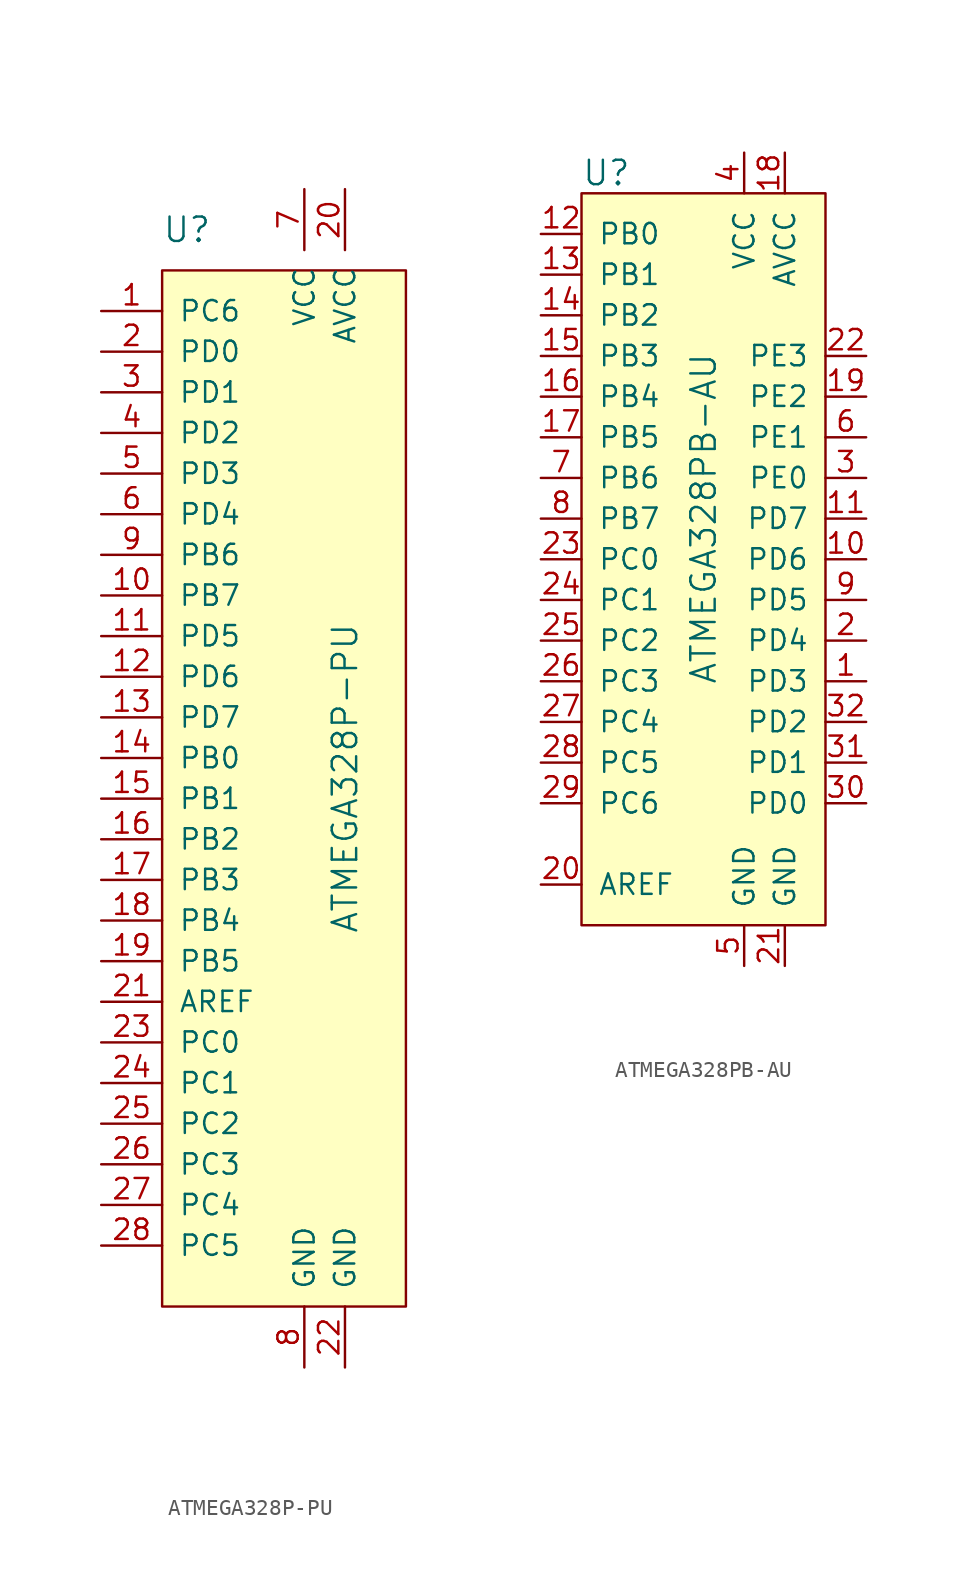
<source format=kicad_sym>
(kicad_symbol_lib
  (version 20201005)
  (generator kicad_symbol_editor)
  (symbol "ATMEGA328P-PU"
    (pin_names
      (offset 1.016))
    (property "Reference" "U"
      (at -8.89 33.02 0)
      (effects (font (size 1.524 1.524)) (justify left)))
    (property "Value" "ATMEGA328P-PU"
      (at 2.54 -1.27 90)
      (effects (font (size 1.524 1.524))))
    (symbol "ATMEGA328P-PU_0_1"
      (rectangle (start -8.89 30.48) (end 6.35 -34.29) (stroke (width 0)) (fill (type background))))
    (symbol "ATMEGA328P-PU_1_1"
      (pin bidirectional line (at -12.7 27.94 0) (length 3.81) (name "PC6" (effects (font (size 1.27 1.27)))) (number "1" (effects (font (size 1.27 1.27)))))
      (pin bidirectional line (at -12.7 25.4 0) (length 3.81) (name "PD0" (effects (font (size 1.27 1.27)))) (number "2" (effects (font (size 1.27 1.27)))))
      (pin bidirectional line (at -12.7 22.86 0) (length 3.81) (name "PD1" (effects (font (size 1.27 1.27)))) (number "3" (effects (font (size 1.27 1.27)))))
      (pin bidirectional line (at -12.7 20.32 0) (length 3.81) (name "PD2" (effects (font (size 1.27 1.27)))) (number "4" (effects (font (size 1.27 1.27)))))
      (pin bidirectional line (at -12.7 17.78 0) (length 3.81) (name "PD3" (effects (font (size 1.27 1.27)))) (number "5" (effects (font (size 1.27 1.27)))))
      (pin bidirectional line (at -12.7 15.24 0) (length 3.81) (name "PD4" (effects (font (size 1.27 1.27)))) (number "6" (effects (font (size 1.27 1.27)))))
      (pin power_in line (at 0 35.56 270) (length 3.81) (name "VCC" (effects (font (size 1.27 1.27)))) (number "7" (effects (font (size 1.27 1.27)))))
      (pin power_in line (at 0 -38.1 90) (length 3.81) (name "GND" (effects (font (size 1.27 1.27)))) (number "8" (effects (font (size 1.27 1.27)))))
      (pin bidirectional line (at -12.7 12.7 0) (length 3.81) (name "PB6" (effects (font (size 1.27 1.27)))) (number "9" (effects (font (size 1.27 1.27)))))
      (pin bidirectional line (at -12.7 10.16 0) (length 3.81) (name "PB7" (effects (font (size 1.27 1.27)))) (number "10" (effects (font (size 1.27 1.27)))))
      (pin power_in line (at 2.54 35.56 270) (length 3.81) (name "AVCC" (effects (font (size 1.27 1.27)))) (number "20" (effects (font (size 1.27 1.27)))))
      (pin bidirectional line (at -12.7 7.62 0) (length 3.81) (name "PD5" (effects (font (size 1.27 1.27)))) (number "11" (effects (font (size 1.27 1.27)))))
      (pin input line (at -12.7 -15.24 0) (length 3.81) (name "AREF" (effects (font (size 1.27 1.27)))) (number "21" (effects (font (size 1.27 1.27)))))
      (pin bidirectional line (at -12.7 5.08 0) (length 3.81) (name "PD6" (effects (font (size 1.27 1.27)))) (number "12" (effects (font (size 1.27 1.27)))))
      (pin power_in line (at 2.54 -38.1 90) (length 3.81) (name "GND" (effects (font (size 1.27 1.27)))) (number "22" (effects (font (size 1.27 1.27)))))
      (pin bidirectional line (at -12.7 2.54 0) (length 3.81) (name "PD7" (effects (font (size 1.27 1.27)))) (number "13" (effects (font (size 1.27 1.27)))))
      (pin bidirectional line (at -12.7 -17.78 0) (length 3.81) (name "PC0" (effects (font (size 1.27 1.27)))) (number "23" (effects (font (size 1.27 1.27)))))
      (pin bidirectional line (at -12.7 0 0) (length 3.81) (name "PB0" (effects (font (size 1.27 1.27)))) (number "14" (effects (font (size 1.27 1.27)))))
      (pin bidirectional line (at -12.7 -20.32 0) (length 3.81) (name "PC1" (effects (font (size 1.27 1.27)))) (number "24" (effects (font (size 1.27 1.27)))))
      (pin bidirectional line (at -12.7 -2.54 0) (length 3.81) (name "PB1" (effects (font (size 1.27 1.27)))) (number "15" (effects (font (size 1.27 1.27)))))
      (pin bidirectional line (at -12.7 -22.86 0) (length 3.81) (name "PC2" (effects (font (size 1.27 1.27)))) (number "25" (effects (font (size 1.27 1.27)))))
      (pin bidirectional line (at -12.7 -5.08 0) (length 3.81) (name "PB2" (effects (font (size 1.27 1.27)))) (number "16" (effects (font (size 1.27 1.27)))))
      (pin bidirectional line (at -12.7 -25.4 0) (length 3.81) (name "PC3" (effects (font (size 1.27 1.27)))) (number "26" (effects (font (size 1.27 1.27)))))
      (pin bidirectional line (at -12.7 -7.62 0) (length 3.81) (name "PB3" (effects (font (size 1.27 1.27)))) (number "17" (effects (font (size 1.27 1.27)))))
      (pin bidirectional line (at -12.7 -27.94 0) (length 3.81) (name "PC4" (effects (font (size 1.27 1.27)))) (number "27" (effects (font (size 1.27 1.27)))))
      (pin bidirectional line (at -12.7 -10.16 0) (length 3.81) (name "PB4" (effects (font (size 1.27 1.27)))) (number "18" (effects (font (size 1.27 1.27)))))
      (pin bidirectional line (at -12.7 -30.48 0) (length 3.81) (name "PC5" (effects (font (size 1.27 1.27)))) (number "28" (effects (font (size 1.27 1.27)))))
      (pin bidirectional line (at -12.7 -12.7 0) (length 3.81) (name "PB5" (effects (font (size 1.27 1.27)))) (number "19" (effects (font (size 1.27 1.27)))))))
  (symbol "ATMEGA328PB-AU"
    (pin_names
      (offset 1.016))
    (property "Reference" "U"
      (at -10.16 13.97 0)
      (effects (font (size 1.524 1.524)) (justify left)))
    (property "Value" "ATMEGA328PB-AU"
      (at -2.54 -7.62 90)
      (effects (font (size 1.524 1.524))))
    (symbol "ATMEGA328PB-AU_0_1"
      (rectangle (start -10.16 12.7) (end 5.08 -33.02) (stroke (width 0)) (fill (type background))))
    (symbol "ATMEGA328PB-AU_1_1"
      (pin bidirectional line (at 7.62 -17.78 180) (length 2.54) (name "PD3" (effects (font (size 1.27 1.27)))) (number "1" (effects (font (size 1.27 1.27)))))
      (pin bidirectional line (at 7.62 -15.24 180) (length 2.54) (name "PD4" (effects (font (size 1.27 1.27)))) (number "2" (effects (font (size 1.27 1.27)))))
      (pin bidirectional line (at 7.62 -5.08 180) (length 2.54) (name "PE0" (effects (font (size 1.27 1.27)))) (number "3" (effects (font (size 1.27 1.27)))))
      (pin power_in line (at 0 15.24 270) (length 2.54) (name "VCC" (effects (font (size 1.27 1.27)))) (number "4" (effects (font (size 1.27 1.27)))))
      (pin power_in line (at 0 -35.56 90) (length 2.54) (name "GND" (effects (font (size 1.27 1.27)))) (number "5" (effects (font (size 1.27 1.27)))))
      (pin bidirectional line (at 7.62 -2.54 180) (length 2.54) (name "PE1" (effects (font (size 1.27 1.27)))) (number "6" (effects (font (size 1.27 1.27)))))
      (pin bidirectional line (at -12.7 -5.08 0) (length 2.54) (name "PB6" (effects (font (size 1.27 1.27)))) (number "7" (effects (font (size 1.27 1.27)))))
      (pin bidirectional line (at -12.7 -7.62 0) (length 2.54) (name "PB7" (effects (font (size 1.27 1.27)))) (number "8" (effects (font (size 1.27 1.27)))))
      (pin bidirectional line (at 7.62 -12.7 180) (length 2.54) (name "PD5" (effects (font (size 1.27 1.27)))) (number "9" (effects (font (size 1.27 1.27)))))
      (pin bidirectional line (at 7.62 -10.16 180) (length 2.54) (name "PD6" (effects (font (size 1.27 1.27)))) (number "10" (effects (font (size 1.27 1.27)))))
      (pin input line (at -12.7 -30.48 0) (length 2.54) (name "AREF" (effects (font (size 1.27 1.27)))) (number "20" (effects (font (size 1.27 1.27)))))
      (pin bidirectional line (at 7.62 -25.4 180) (length 2.54) (name "PD0" (effects (font (size 1.27 1.27)))) (number "30" (effects (font (size 1.27 1.27)))))
      (pin bidirectional line (at 7.62 -7.62 180) (length 2.54) (name "PD7" (effects (font (size 1.27 1.27)))) (number "11" (effects (font (size 1.27 1.27)))))
      (pin power_in line (at 2.54 -35.56 90) (length 2.54) (name "GND" (effects (font (size 1.27 1.27)))) (number "21" (effects (font (size 1.27 1.27)))))
      (pin bidirectional line (at 7.62 -22.86 180) (length 2.54) (name "PD1" (effects (font (size 1.27 1.27)))) (number "31" (effects (font (size 1.27 1.27)))))
      (pin bidirectional line (at -12.7 10.16 0) (length 2.54) (name "PB0" (effects (font (size 1.27 1.27)))) (number "12" (effects (font (size 1.27 1.27)))))
      (pin bidirectional line (at 7.62 2.54 180) (length 2.54) (name "PE3" (effects (font (size 1.27 1.27)))) (number "22" (effects (font (size 1.27 1.27)))))
      (pin bidirectional line (at 7.62 -20.32 180) (length 2.54) (name "PD2" (effects (font (size 1.27 1.27)))) (number "32" (effects (font (size 1.27 1.27)))))
      (pin bidirectional line (at -12.7 7.62 0) (length 2.54) (name "PB1" (effects (font (size 1.27 1.27)))) (number "13" (effects (font (size 1.27 1.27)))))
      (pin bidirectional line (at -12.7 -10.16 0) (length 2.54) (name "PC0" (effects (font (size 1.27 1.27)))) (number "23" (effects (font (size 1.27 1.27)))))
      (pin bidirectional line (at -12.7 5.08 0) (length 2.54) (name "PB2" (effects (font (size 1.27 1.27)))) (number "14" (effects (font (size 1.27 1.27)))))
      (pin bidirectional line (at -12.7 -12.7 0) (length 2.54) (name "PC1" (effects (font (size 1.27 1.27)))) (number "24" (effects (font (size 1.27 1.27)))))
      (pin bidirectional line (at -12.7 2.54 0) (length 2.54) (name "PB3" (effects (font (size 1.27 1.27)))) (number "15" (effects (font (size 1.27 1.27)))))
      (pin bidirectional line (at -12.7 -15.24 0) (length 2.54) (name "PC2" (effects (font (size 1.27 1.27)))) (number "25" (effects (font (size 1.27 1.27)))))
      (pin bidirectional line (at -12.7 0 0) (length 2.54) (name "PB4" (effects (font (size 1.27 1.27)))) (number "16" (effects (font (size 1.27 1.27)))))
      (pin bidirectional line (at -12.7 -17.78 0) (length 2.54) (name "PC3" (effects (font (size 1.27 1.27)))) (number "26" (effects (font (size 1.27 1.27)))))
      (pin bidirectional line (at -12.7 -2.54 0) (length 2.54) (name "PB5" (effects (font (size 1.27 1.27)))) (number "17" (effects (font (size 1.27 1.27)))))
      (pin bidirectional line (at -12.7 -20.32 0) (length 2.54) (name "PC4" (effects (font (size 1.27 1.27)))) (number "27" (effects (font (size 1.27 1.27)))))
      (pin power_in line (at 2.54 15.24 270) (length 2.54) (name "AVCC" (effects (font (size 1.27 1.27)))) (number "18" (effects (font (size 1.27 1.27)))))
      (pin bidirectional line (at -12.7 -22.86 0) (length 2.54) (name "PC5" (effects (font (size 1.27 1.27)))) (number "28" (effects (font (size 1.27 1.27)))))
      (pin bidirectional line (at 7.62 0 180) (length 2.54) (name "PE2" (effects (font (size 1.27 1.27)))) (number "19" (effects (font (size 1.27 1.27)))))
      (pin bidirectional line (at -12.7 -25.4 0) (length 2.54) (name "PC6" (effects (font (size 1.27 1.27)))) (number "29" (effects (font (size 1.27 1.27))))))))
</source>
